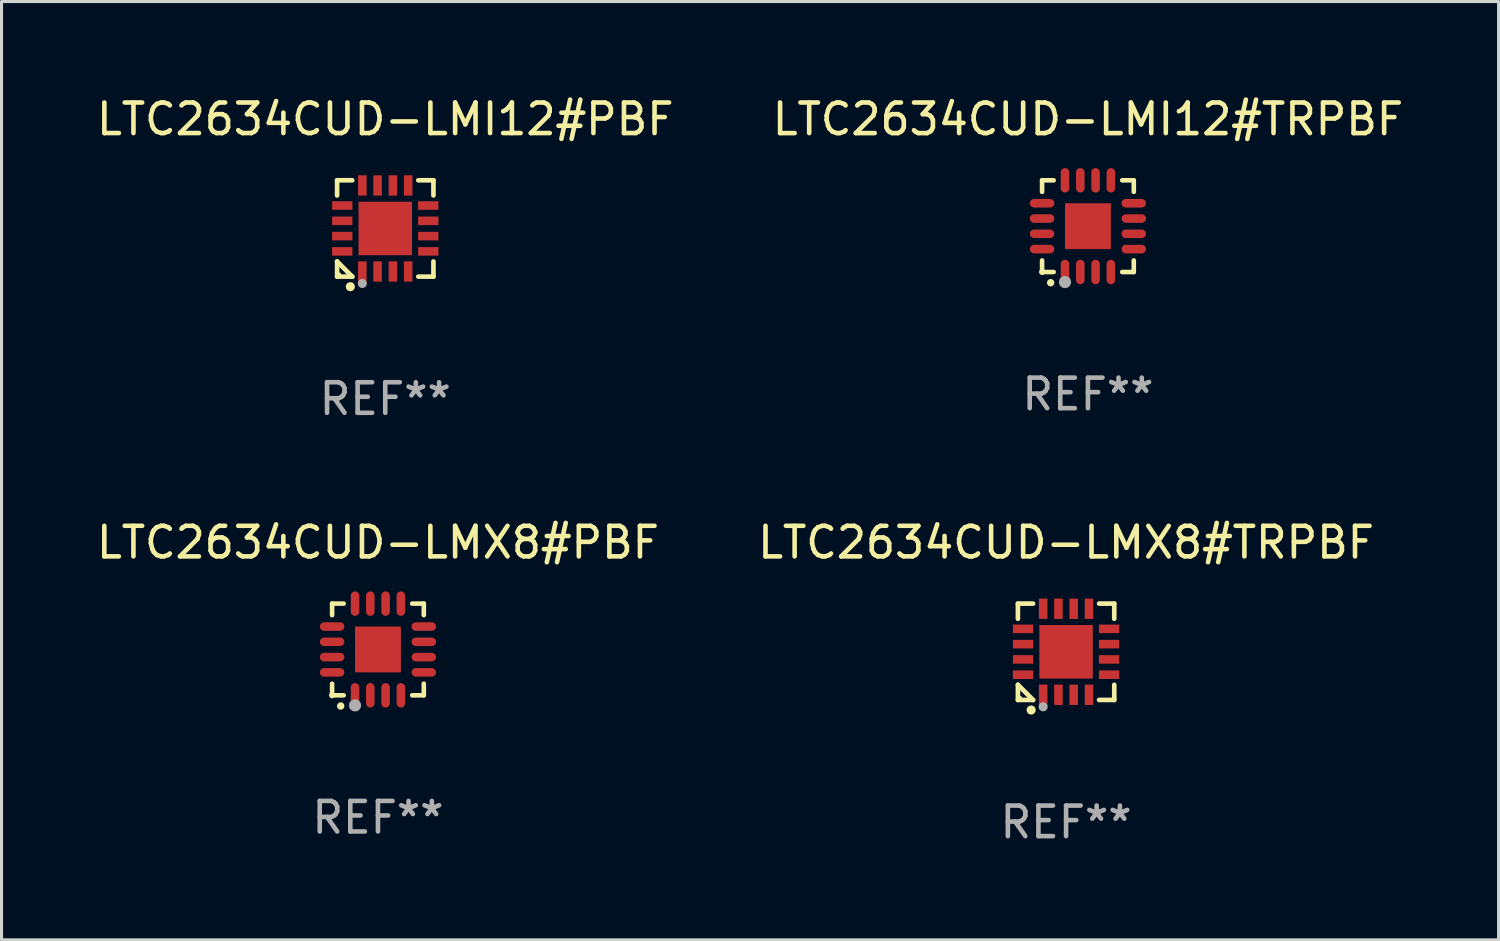
<source format=kicad_pcb>
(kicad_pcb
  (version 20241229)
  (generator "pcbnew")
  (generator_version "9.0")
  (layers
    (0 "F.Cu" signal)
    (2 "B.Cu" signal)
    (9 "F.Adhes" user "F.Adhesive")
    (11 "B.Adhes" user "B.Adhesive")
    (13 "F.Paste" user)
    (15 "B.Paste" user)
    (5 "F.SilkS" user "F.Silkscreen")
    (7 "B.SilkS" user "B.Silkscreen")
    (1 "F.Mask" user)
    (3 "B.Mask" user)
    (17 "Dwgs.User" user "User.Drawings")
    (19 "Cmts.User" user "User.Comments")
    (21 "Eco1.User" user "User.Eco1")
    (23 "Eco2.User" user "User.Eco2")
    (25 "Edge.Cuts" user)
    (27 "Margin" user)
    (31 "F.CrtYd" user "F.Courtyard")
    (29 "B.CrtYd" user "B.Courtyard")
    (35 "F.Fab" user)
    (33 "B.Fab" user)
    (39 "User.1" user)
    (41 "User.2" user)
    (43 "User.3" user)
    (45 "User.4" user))
  (footprint "LTC2634CUD-LMX8#PBF"
    (layer "F.Cu")
    (at 9.315 18.197)
    (property "Reference" "LTC2634CUD-LMX8#PBF" (at 0 -3.5 0) (layer "F.SilkS") (effects (font (size 1 1) (thickness 0.15))))
    (attr through_hole)
    (fp_line (start -1.5 -1.5) (end -1.121 -1.5) (stroke (width 0.15) (type solid)) (layer "F.SilkS"))
    (fp_line (start -1.5 -1.122) (end -1.5 -1.5) (stroke (width 0.15) (type solid)) (layer "F.SilkS"))
    (fp_line (start -1.5 1.5) (end -1.5 1.121) (stroke (width 0.15) (type solid)) (layer "F.SilkS"))
    (fp_line (start -1.121 1.5) (end -1.5 1.5) (stroke (width 0.15) (type solid)) (layer "F.SilkS"))
    (fp_line (start 1.121 -1.5) (end 1.5 -1.5) (stroke (width 0.15) (type solid)) (layer "F.SilkS"))
    (fp_line (start 1.5 -1.5) (end 1.5 -1.122) (stroke (width 0.15) (type solid)) (layer "F.SilkS"))
    (fp_line (start 1.5 1.121) (end 1.5 1.5) (stroke (width 0.15) (type solid)) (layer "F.SilkS"))
    (fp_line (start 1.5 1.5) (end 1.121 1.5) (stroke (width 0.15) (type solid)) (layer "F.SilkS"))
    (fp_arc (start -1.219926 1.850254) (mid -1.21891 1.85025) (end -1.217894 1.850254) (stroke (width 0.240005) (type solid)) (layer "F.SilkS"))
    (fp_circle (center -1.5 1.5) (end -1.45 1.5) (stroke (width 0.1) (type solid)) (fill no) (layer "F.SilkS"))
    (fp_circle (center -0.75 1.83) (end -0.65 1.83) (stroke (width 0.2) (type solid)) (fill no) (layer "F.Fab"))
    (fp_text user "REF**" (at 0 5.5 0) (layer "F.Fab") (effects (font (size 1 1) (thickness 0.15))))
    (pad "1" smd oval (at -0.75 1.5) (size 0.28 0.8) (layers "F.Cu" "F.Mask" "F.Paste"))
    (pad "2" smd oval (at -0.25 1.5) (size 0.28 0.8) (layers "F.Cu" "F.Mask" "F.Paste"))
    (pad "3" smd oval (at 0.25 1.5) (size 0.28 0.8) (layers "F.Cu" "F.Mask" "F.Paste"))
    (pad "4" smd oval (at 0.75 1.5) (size 0.28 0.8) (layers "F.Cu" "F.Mask" "F.Paste"))
    (pad "5" smd oval (at 1.5 0.75) (size 0.8 0.28) (layers "F.Cu" "F.Mask" "F.Paste"))
    (pad "6" smd oval (at 1.5 0.25) (size 0.8 0.28) (layers "F.Cu" "F.Mask" "F.Paste"))
    (pad "7" smd oval (at 1.5 -0.25) (size 0.8 0.28) (layers "F.Cu" "F.Mask" "F.Paste"))
    (pad "8" smd oval (at 1.5 -0.75) (size 0.8 0.28) (layers "F.Cu" "F.Mask" "F.Paste"))
    (pad "9" smd oval (at 0.75 -1.5) (size 0.28 0.8) (layers "F.Cu" "F.Mask" "F.Paste"))
    (pad "10" smd oval (at 0.25 -1.5) (size 0.28 0.8) (layers "F.Cu" "F.Mask" "F.Paste"))
    (pad "11" smd oval (at -0.25 -1.5) (size 0.28 0.8) (layers "F.Cu" "F.Mask" "F.Paste"))
    (pad "12" smd oval (at -0.75 -1.5) (size 0.28 0.8) (layers "F.Cu" "F.Mask" "F.Paste"))
    (pad "13" smd oval (at -1.5 -0.75) (size 0.8 0.28) (layers "F.Cu" "F.Mask" "F.Paste"))
    (pad "14" smd oval (at -1.5 -0.25) (size 0.8 0.28) (layers "F.Cu" "F.Mask" "F.Paste"))
    (pad "15" smd oval (at -1.5 0.25) (size 0.8 0.28) (layers "F.Cu" "F.Mask" "F.Paste"))
    (pad "16" smd oval (at -1.5 0.75) (size 0.8 0.28) (layers "F.Cu" "F.Mask" "F.Paste"))
    (pad "17" smd rect (at -0.000064 0.000165) (size 1.5 1.5) (layers "F.Cu" "F.Mask" "F.Paste")))
  (footprint "LTC2634CUD-LMX8#TRPBF"
    (layer "F.Cu")
    (at 31.827 18.273)
    (property "Reference" "LTC2634CUD-LMX8#TRPBF" (at 0 -3.576 0) (layer "F.SilkS") (effects (font (size 1 1) (thickness 0.15))))
    (attr through_hole)
    (fp_line (start -1.576 -1.576) (end -1.08 -1.576) (stroke (width 0.152) (type solid)) (layer "F.SilkS"))
    (fp_line (start -1.576 -1.08) (end -1.576 -1.576) (stroke (width 0.152) (type solid)) (layer "F.SilkS"))
    (fp_line (start -1.576 1.08) (end -1.576 1.576) (stroke (width 0.152) (type solid)) (layer "F.SilkS"))
    (fp_line (start -1.576 1.576) (end -1.08 1.576) (stroke (width 0.152) (type solid)) (layer "F.SilkS"))
    (fp_line (start -1.08 1.576) (end -1.576 1.08) (stroke (width 0.152) (type solid)) (layer "F.SilkS"))
    (fp_line (start 1.576 -1.576) (end 1.08 -1.576) (stroke (width 0.152) (type solid)) (layer "F.SilkS"))
    (fp_line (start 1.576 -1.08) (end 1.576 -1.576) (stroke (width 0.152) (type solid)) (layer "F.SilkS"))
    (fp_line (start 1.576 1.08) (end 1.576 1.576) (stroke (width 0.152) (type solid)) (layer "F.SilkS"))
    (fp_line (start 1.576 1.576) (end 1.08 1.576) (stroke (width 0.152) (type solid)) (layer "F.SilkS"))
    (fp_circle (center -1.5 1.5) (end -1.47 1.5) (stroke (width 0.06) (type solid)) (fill no) (layer "F.SilkS"))
    (fp_circle (center -1.143 1.905) (end -1.068 1.905) (stroke (width 0.15) (type solid)) (fill no) (layer "F.SilkS"))
    (fp_circle (center -0.75 1.8) (end -0.675 1.8) (stroke (width 0.15) (type solid)) (fill no) (layer "F.Fab"))
    (fp_text user "REF**" (at 0 5.576 0) (layer "F.Fab") (effects (font (size 1 1) (thickness 0.15))))
    (pad "1" smd rect (at -0.75 1.407) (size 0.28 0.665) (layers "F.Cu" "F.Mask" "F.Paste"))
    (pad "2" smd rect (at -0.25 1.407) (size 0.28 0.665) (layers "F.Cu" "F.Mask" "F.Paste"))
    (pad "3" smd rect (at 0.25 1.407) (size 0.28 0.665) (layers "F.Cu" "F.Mask" "F.Paste"))
    (pad "4" smd rect (at 0.75 1.407) (size 0.28 0.665) (layers "F.Cu" "F.Mask" "F.Paste"))
    (pad "5" smd rect (at 1.407 0.75) (size 0.665 0.28) (layers "F.Cu" "F.Mask" "F.Paste"))
    (pad "6" smd rect (at 1.407 0.25) (size 0.665 0.28) (layers "F.Cu" "F.Mask" "F.Paste"))
    (pad "7" smd rect (at 1.407 -0.25) (size 0.665 0.28) (layers "F.Cu" "F.Mask" "F.Paste"))
    (pad "8" smd rect (at 1.407 -0.75) (size 0.665 0.28) (layers "F.Cu" "F.Mask" "F.Paste"))
    (pad "9" smd rect (at 0.75 -1.407) (size 0.28 0.665) (layers "F.Cu" "F.Mask" "F.Paste"))
    (pad "10" smd rect (at 0.25 -1.407) (size 0.28 0.665) (layers "F.Cu" "F.Mask" "F.Paste"))
    (pad "11" smd rect (at -0.25 -1.407) (size 0.28 0.665) (layers "F.Cu" "F.Mask" "F.Paste"))
    (pad "12" smd rect (at -0.75 -1.407) (size 0.28 0.665) (layers "F.Cu" "F.Mask" "F.Paste"))
    (pad "13" smd rect (at -1.407 -0.75) (size 0.665 0.28) (layers "F.Cu" "F.Mask" "F.Paste"))
    (pad "14" smd rect (at -1.407 -0.25) (size 0.665 0.28) (layers "F.Cu" "F.Mask" "F.Paste"))
    (pad "15" smd rect (at -1.407 0.25) (size 0.665 0.28) (layers "F.Cu" "F.Mask" "F.Paste"))
    (pad "16" smd rect (at -1.407 0.75) (size 0.665 0.28) (layers "F.Cu" "F.Mask" "F.Paste"))
    (pad "17" smd rect (at 0 0) (size 1.75 1.75) (layers "F.Cu" "F.Mask" "F.Paste")))
  (footprint "LTC2634CUD-LMI12#PBF"
    (layer "F.Cu")
    (at 9.554 4.424)
    (property "Reference" "LTC2634CUD-LMI12#PBF" (at 0 -3.576 0) (layer "F.SilkS") (effects (font (size 1 1) (thickness 0.15))))
    (attr through_hole)
    (fp_line (start -1.576 -1.576) (end -1.08 -1.576) (stroke (width 0.152) (type solid)) (layer "F.SilkS"))
    (fp_line (start -1.576 -1.08) (end -1.576 -1.576) (stroke (width 0.152) (type solid)) (layer "F.SilkS"))
    (fp_line (start -1.576 1.08) (end -1.576 1.576) (stroke (width 0.152) (type solid)) (layer "F.SilkS"))
    (fp_line (start -1.576 1.576) (end -1.08 1.576) (stroke (width 0.152) (type solid)) (layer "F.SilkS"))
    (fp_line (start -1.08 1.576) (end -1.576 1.08) (stroke (width 0.152) (type solid)) (layer "F.SilkS"))
    (fp_line (start 1.576 -1.576) (end 1.08 -1.576) (stroke (width 0.152) (type solid)) (layer "F.SilkS"))
    (fp_line (start 1.576 -1.08) (end 1.576 -1.576) (stroke (width 0.152) (type solid)) (layer "F.SilkS"))
    (fp_line (start 1.576 1.08) (end 1.576 1.576) (stroke (width 0.152) (type solid)) (layer "F.SilkS"))
    (fp_line (start 1.576 1.576) (end 1.08 1.576) (stroke (width 0.152) (type solid)) (layer "F.SilkS"))
    (fp_circle (center -1.5 1.5) (end -1.47 1.5) (stroke (width 0.06) (type solid)) (fill no) (layer "F.SilkS"))
    (fp_circle (center -1.143 1.905) (end -1.068 1.905) (stroke (width 0.15) (type solid)) (fill no) (layer "F.SilkS"))
    (fp_circle (center -0.75 1.8) (end -0.675 1.8) (stroke (width 0.15) (type solid)) (fill no) (layer "F.Fab"))
    (fp_text user "REF**" (at 0 5.576 0) (layer "F.Fab") (effects (font (size 1 1) (thickness 0.15))))
    (pad "1" smd rect (at -0.75 1.407) (size 0.28 0.665) (layers "F.Cu" "F.Mask" "F.Paste"))
    (pad "2" smd rect (at -0.25 1.407) (size 0.28 0.665) (layers "F.Cu" "F.Mask" "F.Paste"))
    (pad "3" smd rect (at 0.25 1.407) (size 0.28 0.665) (layers "F.Cu" "F.Mask" "F.Paste"))
    (pad "4" smd rect (at 0.75 1.407) (size 0.28 0.665) (layers "F.Cu" "F.Mask" "F.Paste"))
    (pad "5" smd rect (at 1.407 0.75) (size 0.665 0.28) (layers "F.Cu" "F.Mask" "F.Paste"))
    (pad "6" smd rect (at 1.407 0.25) (size 0.665 0.28) (layers "F.Cu" "F.Mask" "F.Paste"))
    (pad "7" smd rect (at 1.407 -0.25) (size 0.665 0.28) (layers "F.Cu" "F.Mask" "F.Paste"))
    (pad "8" smd rect (at 1.407 -0.75) (size 0.665 0.28) (layers "F.Cu" "F.Mask" "F.Paste"))
    (pad "9" smd rect (at 0.75 -1.407) (size 0.28 0.665) (layers "F.Cu" "F.Mask" "F.Paste"))
    (pad "10" smd rect (at 0.25 -1.407) (size 0.28 0.665) (layers "F.Cu" "F.Mask" "F.Paste"))
    (pad "11" smd rect (at -0.25 -1.407) (size 0.28 0.665) (layers "F.Cu" "F.Mask" "F.Paste"))
    (pad "12" smd rect (at -0.75 -1.407) (size 0.28 0.665) (layers "F.Cu" "F.Mask" "F.Paste"))
    (pad "13" smd rect (at -1.407 -0.75) (size 0.665 0.28) (layers "F.Cu" "F.Mask" "F.Paste"))
    (pad "14" smd rect (at -1.407 -0.25) (size 0.665 0.28) (layers "F.Cu" "F.Mask" "F.Paste"))
    (pad "15" smd rect (at -1.407 0.25) (size 0.665 0.28) (layers "F.Cu" "F.Mask" "F.Paste"))
    (pad "16" smd rect (at -1.407 0.75) (size 0.665 0.28) (layers "F.Cu" "F.Mask" "F.Paste"))
    (pad "17" smd rect (at 0 0) (size 1.75 1.75) (layers "F.Cu" "F.Mask" "F.Paste")))
  (footprint "LTC2634CUD-LMI12#TRPBF"
    (layer "F.Cu")
    (at 32.542 4.349)
    (property "Reference" "LTC2634CUD-LMI12#TRPBF" (at 0 -3.5 0) (layer "F.SilkS") (effects (font (size 1 1) (thickness 0.15))))
    (attr through_hole)
    (fp_line (start -1.5 -1.5) (end -1.121 -1.5) (stroke (width 0.15) (type solid)) (layer "F.SilkS"))
    (fp_line (start -1.5 -1.122) (end -1.5 -1.5) (stroke (width 0.15) (type solid)) (layer "F.SilkS"))
    (fp_line (start -1.5 1.5) (end -1.5 1.121) (stroke (width 0.15) (type solid)) (layer "F.SilkS"))
    (fp_line (start -1.121 1.5) (end -1.5 1.5) (stroke (width 0.15) (type solid)) (layer "F.SilkS"))
    (fp_line (start 1.121 -1.5) (end 1.5 -1.5) (stroke (width 0.15) (type solid)) (layer "F.SilkS"))
    (fp_line (start 1.5 -1.5) (end 1.5 -1.122) (stroke (width 0.15) (type solid)) (layer "F.SilkS"))
    (fp_line (start 1.5 1.121) (end 1.5 1.5) (stroke (width 0.15) (type solid)) (layer "F.SilkS"))
    (fp_line (start 1.5 1.5) (end 1.121 1.5) (stroke (width 0.15) (type solid)) (layer "F.SilkS"))
    (fp_arc (start -1.219926 1.850254) (mid -1.21891 1.85025) (end -1.217894 1.850254) (stroke (width 0.240005) (type solid)) (layer "F.SilkS"))
    (fp_circle (center -1.5 1.5) (end -1.45 1.5) (stroke (width 0.1) (type solid)) (fill no) (layer "F.SilkS"))
    (fp_circle (center -0.75 1.83) (end -0.65 1.83) (stroke (width 0.2) (type solid)) (fill no) (layer "F.Fab"))
    (fp_text user "REF**" (at 0 5.5 0) (layer "F.Fab") (effects (font (size 1 1) (thickness 0.15))))
    (pad "1" smd oval (at -0.75 1.5) (size 0.28 0.8) (layers "F.Cu" "F.Mask" "F.Paste"))
    (pad "2" smd oval (at -0.25 1.5) (size 0.28 0.8) (layers "F.Cu" "F.Mask" "F.Paste"))
    (pad "3" smd oval (at 0.25 1.5) (size 0.28 0.8) (layers "F.Cu" "F.Mask" "F.Paste"))
    (pad "4" smd oval (at 0.75 1.5) (size 0.28 0.8) (layers "F.Cu" "F.Mask" "F.Paste"))
    (pad "5" smd oval (at 1.5 0.75) (size 0.8 0.28) (layers "F.Cu" "F.Mask" "F.Paste"))
    (pad "6" smd oval (at 1.5 0.25) (size 0.8 0.28) (layers "F.Cu" "F.Mask" "F.Paste"))
    (pad "7" smd oval (at 1.5 -0.25) (size 0.8 0.28) (layers "F.Cu" "F.Mask" "F.Paste"))
    (pad "8" smd oval (at 1.5 -0.75) (size 0.8 0.28) (layers "F.Cu" "F.Mask" "F.Paste"))
    (pad "9" smd oval (at 0.75 -1.5) (size 0.28 0.8) (layers "F.Cu" "F.Mask" "F.Paste"))
    (pad "10" smd oval (at 0.25 -1.5) (size 0.28 0.8) (layers "F.Cu" "F.Mask" "F.Paste"))
    (pad "11" smd oval (at -0.25 -1.5) (size 0.28 0.8) (layers "F.Cu" "F.Mask" "F.Paste"))
    (pad "12" smd oval (at -0.75 -1.5) (size 0.28 0.8) (layers "F.Cu" "F.Mask" "F.Paste"))
    (pad "13" smd oval (at -1.5 -0.75) (size 0.8 0.28) (layers "F.Cu" "F.Mask" "F.Paste"))
    (pad "14" smd oval (at -1.5 -0.25) (size 0.8 0.28) (layers "F.Cu" "F.Mask" "F.Paste"))
    (pad "15" smd oval (at -1.5 0.25) (size 0.8 0.28) (layers "F.Cu" "F.Mask" "F.Paste"))
    (pad "16" smd oval (at -1.5 0.75) (size 0.8 0.28) (layers "F.Cu" "F.Mask" "F.Paste"))
    (pad "17" smd rect (at -0.000064 0.000165) (size 1.5 1.5) (layers "F.Cu" "F.Mask" "F.Paste")))
  (gr_rect
    (start -3 -3)
    (end 45.976 27.698)
    (stroke (width 0.1) (type default))
    (fill no)
    (layer "Edge.Cuts")))
</source>
